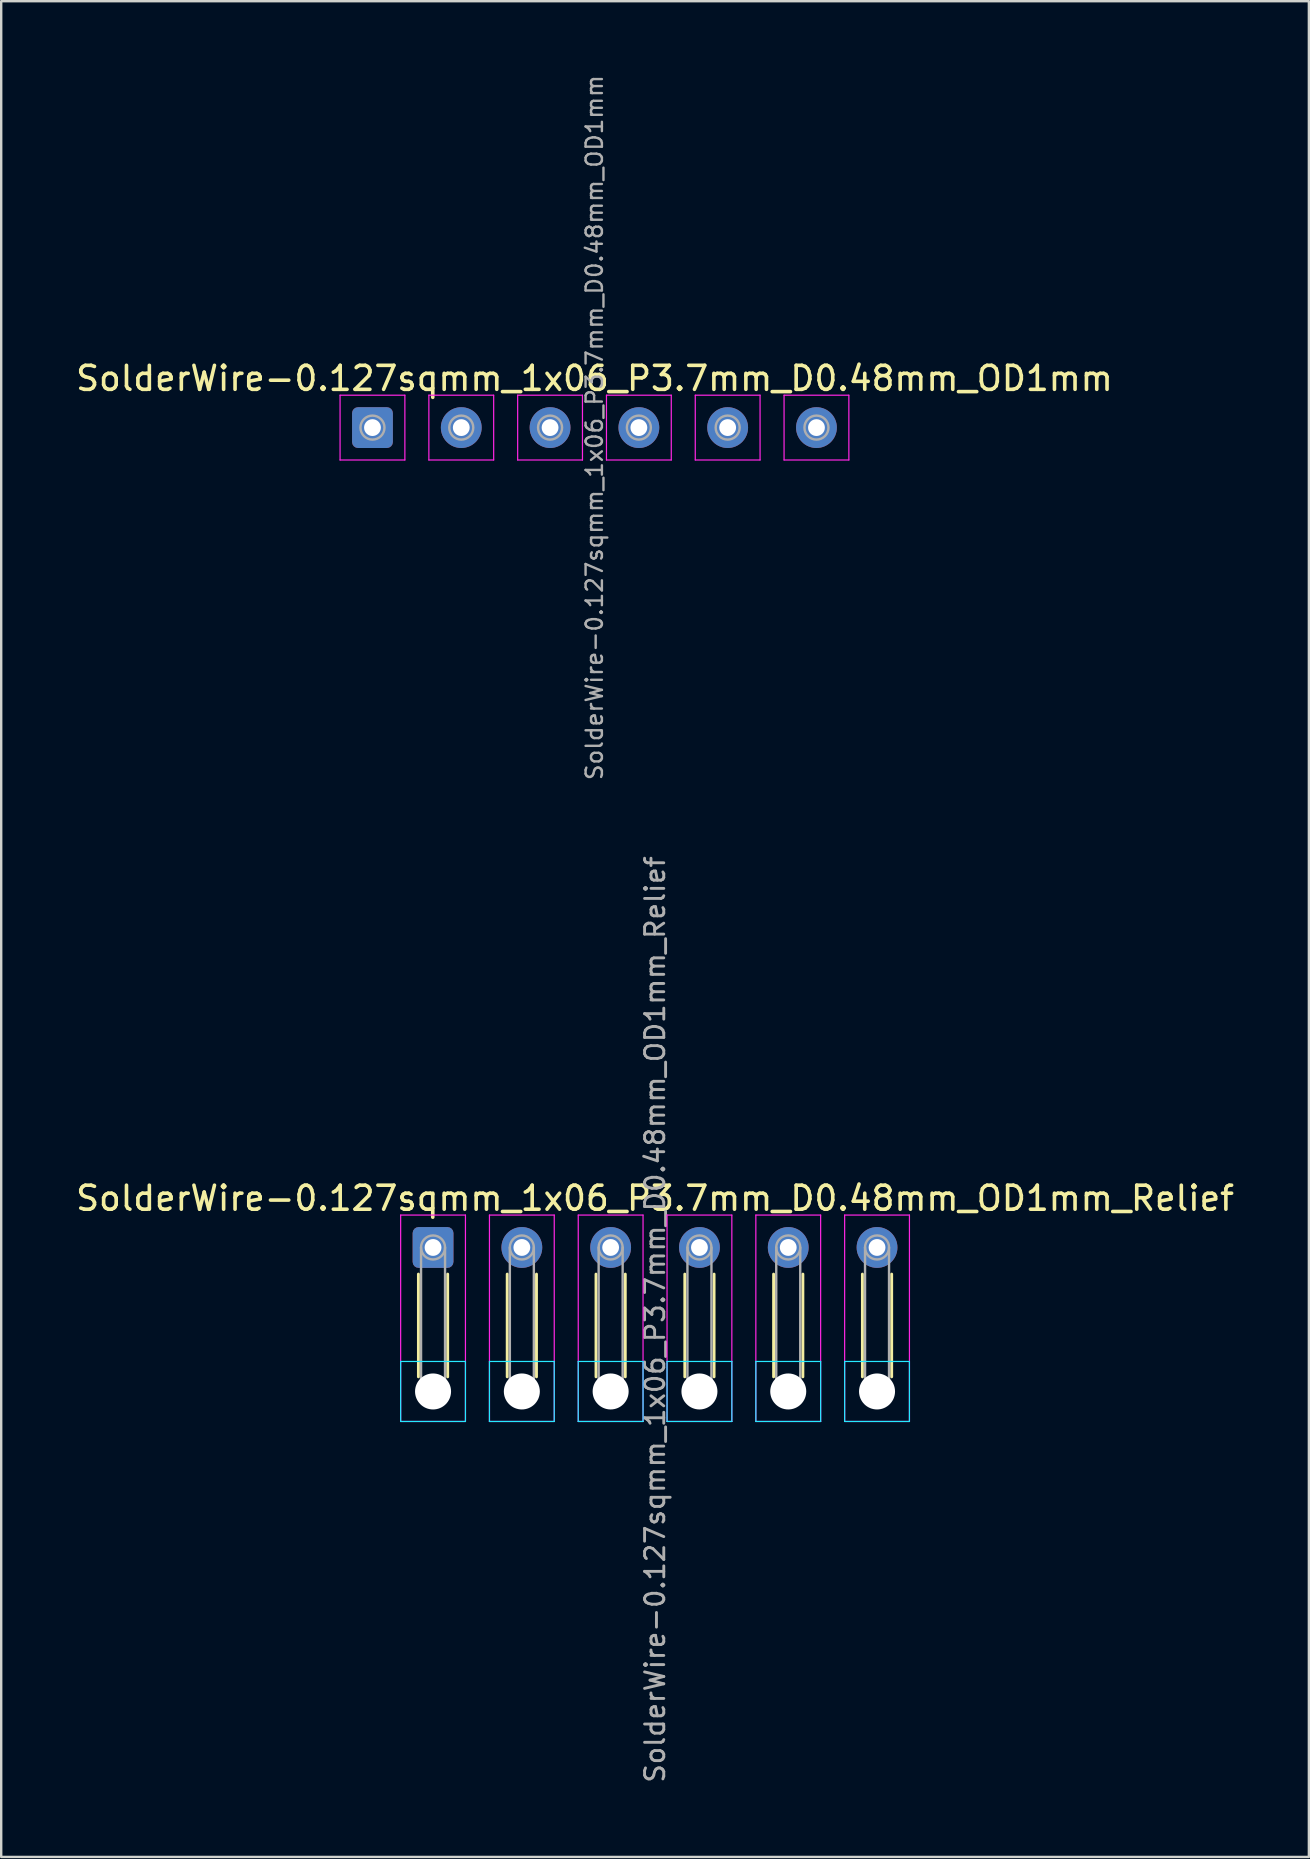
<source format=kicad_pcb>
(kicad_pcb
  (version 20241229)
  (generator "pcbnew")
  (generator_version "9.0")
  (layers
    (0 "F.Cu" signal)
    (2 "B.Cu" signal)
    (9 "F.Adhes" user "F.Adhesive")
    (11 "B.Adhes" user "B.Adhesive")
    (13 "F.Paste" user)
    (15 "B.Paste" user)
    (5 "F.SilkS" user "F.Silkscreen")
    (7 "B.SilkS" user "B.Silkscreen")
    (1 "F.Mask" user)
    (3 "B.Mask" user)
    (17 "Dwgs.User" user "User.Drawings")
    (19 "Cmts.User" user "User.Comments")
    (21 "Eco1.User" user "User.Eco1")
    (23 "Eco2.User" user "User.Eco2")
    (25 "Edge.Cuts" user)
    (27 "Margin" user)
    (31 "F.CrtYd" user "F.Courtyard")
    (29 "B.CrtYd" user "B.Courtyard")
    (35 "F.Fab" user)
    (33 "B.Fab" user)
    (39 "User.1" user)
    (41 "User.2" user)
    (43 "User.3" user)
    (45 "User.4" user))
  (footprint "SolderWire-0.127sqmm_1x06_P3.7mm_D0.48mm_OD1mm"
    (layer "F.Cu")
    (at 12.47 14.767)
    (property "Reference" "SolderWire-0.127sqmm_1x06_P3.7mm_D0.48mm_OD1mm" (at 9.25 -2.05 0) (layer "F.SilkS") (effects (font (size 1 1) (thickness 0.15))))
    (attr exclude_from_pos_files exclude_from_bom)
    (fp_line (start -1.35 -1.35) (end -1.35 1.35) (stroke (width 0.05) (type solid)) (layer "F.CrtYd"))
    (fp_line (start -1.35 1.35) (end 1.35 1.35) (stroke (width 0.05) (type solid)) (layer "F.CrtYd"))
    (fp_line (start 1.35 -1.35) (end -1.35 -1.35) (stroke (width 0.05) (type solid)) (layer "F.CrtYd"))
    (fp_line (start 1.35 1.35) (end 1.35 -1.35) (stroke (width 0.05) (type solid)) (layer "F.CrtYd"))
    (fp_line (start 2.35 -1.35) (end 2.35 1.35) (stroke (width 0.05) (type solid)) (layer "F.CrtYd"))
    (fp_line (start 2.35 1.35) (end 5.05 1.35) (stroke (width 0.05) (type solid)) (layer "F.CrtYd"))
    (fp_line (start 5.05 -1.35) (end 2.35 -1.35) (stroke (width 0.05) (type solid)) (layer "F.CrtYd"))
    (fp_line (start 5.05 1.35) (end 5.05 -1.35) (stroke (width 0.05) (type solid)) (layer "F.CrtYd"))
    (fp_line (start 6.05 -1.35) (end 6.05 1.35) (stroke (width 0.05) (type solid)) (layer "F.CrtYd"))
    (fp_line (start 6.05 1.35) (end 8.75 1.35) (stroke (width 0.05) (type solid)) (layer "F.CrtYd"))
    (fp_line (start 8.75 -1.35) (end 6.05 -1.35) (stroke (width 0.05) (type solid)) (layer "F.CrtYd"))
    (fp_line (start 8.75 1.35) (end 8.75 -1.35) (stroke (width 0.05) (type solid)) (layer "F.CrtYd"))
    (fp_line (start 9.75 -1.35) (end 9.75 1.35) (stroke (width 0.05) (type solid)) (layer "F.CrtYd"))
    (fp_line (start 9.75 1.35) (end 12.45 1.35) (stroke (width 0.05) (type solid)) (layer "F.CrtYd"))
    (fp_line (start 12.45 -1.35) (end 9.75 -1.35) (stroke (width 0.05) (type solid)) (layer "F.CrtYd"))
    (fp_line (start 12.45 1.35) (end 12.45 -1.35) (stroke (width 0.05) (type solid)) (layer "F.CrtYd"))
    (fp_line (start 13.45 -1.35) (end 13.45 1.35) (stroke (width 0.05) (type solid)) (layer "F.CrtYd"))
    (fp_line (start 13.45 1.35) (end 16.15 1.35) (stroke (width 0.05) (type solid)) (layer "F.CrtYd"))
    (fp_line (start 16.15 -1.35) (end 13.45 -1.35) (stroke (width 0.05) (type solid)) (layer "F.CrtYd"))
    (fp_line (start 16.15 1.35) (end 16.15 -1.35) (stroke (width 0.05) (type solid)) (layer "F.CrtYd"))
    (fp_line (start 17.15 -1.35) (end 17.15 1.35) (stroke (width 0.05) (type solid)) (layer "F.CrtYd"))
    (fp_line (start 17.15 1.35) (end 19.85 1.35) (stroke (width 0.05) (type solid)) (layer "F.CrtYd"))
    (fp_line (start 19.85 -1.35) (end 17.15 -1.35) (stroke (width 0.05) (type solid)) (layer "F.CrtYd"))
    (fp_line (start 19.85 1.35) (end 19.85 -1.35) (stroke (width 0.05) (type solid)) (layer "F.CrtYd"))
    (fp_circle (center 0 0) (end 0.5 0) (stroke (width 0.1) (type solid)) (fill no) (layer "F.Fab"))
    (fp_circle (center 3.7 0) (end 4.2 0) (stroke (width 0.1) (type solid)) (fill no) (layer "F.Fab"))
    (fp_circle (center 7.4 0) (end 7.9 0) (stroke (width 0.1) (type solid)) (fill no) (layer "F.Fab"))
    (fp_circle (center 11.1 0) (end 11.6 0) (stroke (width 0.1) (type solid)) (fill no) (layer "F.Fab"))
    (fp_circle (center 14.8 0) (end 15.3 0) (stroke (width 0.1) (type solid)) (fill no) (layer "F.Fab"))
    (fp_circle (center 18.5 0) (end 19 0) (stroke (width 0.1) (type solid)) (fill no) (layer "F.Fab"))
    (fp_text user "${REFERENCE}" (at 9.25 0 90) (layer "F.Fab") (effects (font (size 0.68 0.68) (thickness 0.1))))
    (pad "1" thru_hole roundrect (at 0 0) (size 1.7 1.7) (drill 0.7) (layers "*.Cu" "*.Mask") (roundrect_rratio 0.147))
    (pad "2" thru_hole circle (at 3.7 0) (size 1.7 1.7) (drill 0.7) (layers "*.Cu" "*.Mask"))
    (pad "3" thru_hole circle (at 7.4 0) (size 1.7 1.7) (drill 0.7) (layers "*.Cu" "*.Mask"))
    (pad "4" thru_hole circle (at 11.1 0) (size 1.7 1.7) (drill 0.7) (layers "*.Cu" "*.Mask"))
    (pad "5" thru_hole circle (at 14.8 0) (size 1.7 1.7) (drill 0.7) (layers "*.Cu" "*.Mask"))
    (pad "6" thru_hole circle (at 18.5 0) (size 1.7 1.7) (drill 0.7) (layers "*.Cu" "*.Mask")))
  (footprint "SolderWire-0.127sqmm_1x06_P3.7mm_D0.48mm_OD1mm_Relief"
    (layer "F.Cu")
    (at 14.994 48.929)
    (property "Reference" "SolderWire-0.127sqmm_1x06_P3.7mm_D0.48mm_OD1mm_Relief" (at 9.25 -2.05 0) (layer "F.SilkS") (effects (font (size 1 1) (thickness 0.15))))
    (attr exclude_from_pos_files exclude_from_bom)
    (fp_line (start -0.61 1.11) (end -0.61 5.39) (stroke (width 0.12) (type solid)) (layer "F.SilkS"))
    (fp_line (start 0.61 1.11) (end 0.61 5.39) (stroke (width 0.12) (type solid)) (layer "F.SilkS"))
    (fp_line (start 3.09 1.11) (end 3.09 5.39) (stroke (width 0.12) (type solid)) (layer "F.SilkS"))
    (fp_line (start 4.31 1.11) (end 4.31 5.39) (stroke (width 0.12) (type solid)) (layer "F.SilkS"))
    (fp_line (start 6.79 1.11) (end 6.79 5.39) (stroke (width 0.12) (type solid)) (layer "F.SilkS"))
    (fp_line (start 8.01 1.11) (end 8.01 5.39) (stroke (width 0.12) (type solid)) (layer "F.SilkS"))
    (fp_line (start 10.49 1.11) (end 10.49 5.39) (stroke (width 0.12) (type solid)) (layer "F.SilkS"))
    (fp_line (start 11.71 1.11) (end 11.71 5.39) (stroke (width 0.12) (type solid)) (layer "F.SilkS"))
    (fp_line (start 14.19 1.11) (end 14.19 5.39) (stroke (width 0.12) (type solid)) (layer "F.SilkS"))
    (fp_line (start 15.41 1.11) (end 15.41 5.39) (stroke (width 0.12) (type solid)) (layer "F.SilkS"))
    (fp_line (start 17.89 1.11) (end 17.89 5.39) (stroke (width 0.12) (type solid)) (layer "F.SilkS"))
    (fp_line (start 19.11 1.11) (end 19.11 5.39) (stroke (width 0.12) (type solid)) (layer "F.SilkS"))
    (fp_line (start -1.35 4.75) (end -1.35 7.25) (stroke (width 0.05) (type solid)) (layer "B.CrtYd"))
    (fp_line (start -1.35 7.25) (end 1.35 7.25) (stroke (width 0.05) (type solid)) (layer "B.CrtYd"))
    (fp_line (start 1.35 4.75) (end -1.35 4.75) (stroke (width 0.05) (type solid)) (layer "B.CrtYd"))
    (fp_line (start 1.35 7.25) (end 1.35 4.75) (stroke (width 0.05) (type solid)) (layer "B.CrtYd"))
    (fp_line (start 2.35 4.75) (end 2.35 7.25) (stroke (width 0.05) (type solid)) (layer "B.CrtYd"))
    (fp_line (start 2.35 7.25) (end 5.05 7.25) (stroke (width 0.05) (type solid)) (layer "B.CrtYd"))
    (fp_line (start 5.05 4.75) (end 2.35 4.75) (stroke (width 0.05) (type solid)) (layer "B.CrtYd"))
    (fp_line (start 5.05 7.25) (end 5.05 4.75) (stroke (width 0.05) (type solid)) (layer "B.CrtYd"))
    (fp_line (start 6.05 4.75) (end 6.05 7.25) (stroke (width 0.05) (type solid)) (layer "B.CrtYd"))
    (fp_line (start 6.05 7.25) (end 8.75 7.25) (stroke (width 0.05) (type solid)) (layer "B.CrtYd"))
    (fp_line (start 8.75 4.75) (end 6.05 4.75) (stroke (width 0.05) (type solid)) (layer "B.CrtYd"))
    (fp_line (start 8.75 7.25) (end 8.75 4.75) (stroke (width 0.05) (type solid)) (layer "B.CrtYd"))
    (fp_line (start 9.75 4.75) (end 9.75 7.25) (stroke (width 0.05) (type solid)) (layer "B.CrtYd"))
    (fp_line (start 9.75 7.25) (end 12.45 7.25) (stroke (width 0.05) (type solid)) (layer "B.CrtYd"))
    (fp_line (start 12.45 4.75) (end 9.75 4.75) (stroke (width 0.05) (type solid)) (layer "B.CrtYd"))
    (fp_line (start 12.45 7.25) (end 12.45 4.75) (stroke (width 0.05) (type solid)) (layer "B.CrtYd"))
    (fp_line (start 13.45 4.75) (end 13.45 7.25) (stroke (width 0.05) (type solid)) (layer "B.CrtYd"))
    (fp_line (start 13.45 7.25) (end 16.15 7.25) (stroke (width 0.05) (type solid)) (layer "B.CrtYd"))
    (fp_line (start 16.15 4.75) (end 13.45 4.75) (stroke (width 0.05) (type solid)) (layer "B.CrtYd"))
    (fp_line (start 16.15 7.25) (end 16.15 4.75) (stroke (width 0.05) (type solid)) (layer "B.CrtYd"))
    (fp_line (start 17.15 4.75) (end 17.15 7.25) (stroke (width 0.05) (type solid)) (layer "B.CrtYd"))
    (fp_line (start 17.15 7.25) (end 19.85 7.25) (stroke (width 0.05) (type solid)) (layer "B.CrtYd"))
    (fp_line (start 19.85 4.75) (end 17.15 4.75) (stroke (width 0.05) (type solid)) (layer "B.CrtYd"))
    (fp_line (start 19.85 7.25) (end 19.85 4.75) (stroke (width 0.05) (type solid)) (layer "B.CrtYd"))
    (fp_line (start -1.35 -1.35) (end -1.35 7.25) (stroke (width 0.05) (type solid)) (layer "F.CrtYd"))
    (fp_line (start -1.35 7.25) (end 1.35 7.25) (stroke (width 0.05) (type solid)) (layer "F.CrtYd"))
    (fp_line (start 1.35 -1.35) (end -1.35 -1.35) (stroke (width 0.05) (type solid)) (layer "F.CrtYd"))
    (fp_line (start 1.35 7.25) (end 1.35 -1.35) (stroke (width 0.05) (type solid)) (layer "F.CrtYd"))
    (fp_line (start 2.35 -1.35) (end 2.35 7.25) (stroke (width 0.05) (type solid)) (layer "F.CrtYd"))
    (fp_line (start 2.35 7.25) (end 5.05 7.25) (stroke (width 0.05) (type solid)) (layer "F.CrtYd"))
    (fp_line (start 5.05 -1.35) (end 2.35 -1.35) (stroke (width 0.05) (type solid)) (layer "F.CrtYd"))
    (fp_line (start 5.05 7.25) (end 5.05 -1.35) (stroke (width 0.05) (type solid)) (layer "F.CrtYd"))
    (fp_line (start 6.05 -1.35) (end 6.05 7.25) (stroke (width 0.05) (type solid)) (layer "F.CrtYd"))
    (fp_line (start 6.05 7.25) (end 8.75 7.25) (stroke (width 0.05) (type solid)) (layer "F.CrtYd"))
    (fp_line (start 8.75 -1.35) (end 6.05 -1.35) (stroke (width 0.05) (type solid)) (layer "F.CrtYd"))
    (fp_line (start 8.75 7.25) (end 8.75 -1.35) (stroke (width 0.05) (type solid)) (layer "F.CrtYd"))
    (fp_line (start 9.75 -1.35) (end 9.75 7.25) (stroke (width 0.05) (type solid)) (layer "F.CrtYd"))
    (fp_line (start 9.75 7.25) (end 12.45 7.25) (stroke (width 0.05) (type solid)) (layer "F.CrtYd"))
    (fp_line (start 12.45 -1.35) (end 9.75 -1.35) (stroke (width 0.05) (type solid)) (layer "F.CrtYd"))
    (fp_line (start 12.45 7.25) (end 12.45 -1.35) (stroke (width 0.05) (type solid)) (layer "F.CrtYd"))
    (fp_line (start 13.45 -1.35) (end 13.45 7.25) (stroke (width 0.05) (type solid)) (layer "F.CrtYd"))
    (fp_line (start 13.45 7.25) (end 16.15 7.25) (stroke (width 0.05) (type solid)) (layer "F.CrtYd"))
    (fp_line (start 16.15 -1.35) (end 13.45 -1.35) (stroke (width 0.05) (type solid)) (layer "F.CrtYd"))
    (fp_line (start 16.15 7.25) (end 16.15 -1.35) (stroke (width 0.05) (type solid)) (layer "F.CrtYd"))
    (fp_line (start 17.15 -1.35) (end 17.15 7.25) (stroke (width 0.05) (type solid)) (layer "F.CrtYd"))
    (fp_line (start 17.15 7.25) (end 19.85 7.25) (stroke (width 0.05) (type solid)) (layer "F.CrtYd"))
    (fp_line (start 19.85 -1.35) (end 17.15 -1.35) (stroke (width 0.05) (type solid)) (layer "F.CrtYd"))
    (fp_line (start 19.85 7.25) (end 19.85 -1.35) (stroke (width 0.05) (type solid)) (layer "F.CrtYd"))
    (fp_line (start -0.5 0) (end -0.5 6) (stroke (width 0.1) (type solid)) (layer "F.Fab"))
    (fp_line (start 0.5 0) (end 0.5 6) (stroke (width 0.1) (type solid)) (layer "F.Fab"))
    (fp_line (start 3.2 0) (end 3.2 6) (stroke (width 0.1) (type solid)) (layer "F.Fab"))
    (fp_line (start 4.2 0) (end 4.2 6) (stroke (width 0.1) (type solid)) (layer "F.Fab"))
    (fp_line (start 6.9 0) (end 6.9 6) (stroke (width 0.1) (type solid)) (layer "F.Fab"))
    (fp_line (start 7.9 0) (end 7.9 6) (stroke (width 0.1) (type solid)) (layer "F.Fab"))
    (fp_line (start 10.6 0) (end 10.6 6) (stroke (width 0.1) (type solid)) (layer "F.Fab"))
    (fp_line (start 11.6 0) (end 11.6 6) (stroke (width 0.1) (type solid)) (layer "F.Fab"))
    (fp_line (start 14.3 0) (end 14.3 6) (stroke (width 0.1) (type solid)) (layer "F.Fab"))
    (fp_line (start 15.3 0) (end 15.3 6) (stroke (width 0.1) (type solid)) (layer "F.Fab"))
    (fp_line (start 18 0) (end 18 6) (stroke (width 0.1) (type solid)) (layer "F.Fab"))
    (fp_line (start 19 0) (end 19 6) (stroke (width 0.1) (type solid)) (layer "F.Fab"))
    (fp_circle (center 0 0) (end 0.5 0) (stroke (width 0.1) (type solid)) (fill no) (layer "F.Fab"))
    (fp_circle (center 0 6) (end 0.5 6) (stroke (width 0.1) (type solid)) (fill no) (layer "F.Fab"))
    (fp_circle (center 3.7 0) (end 4.2 0) (stroke (width 0.1) (type solid)) (fill no) (layer "F.Fab"))
    (fp_circle (center 3.7 6) (end 4.2 6) (stroke (width 0.1) (type solid)) (fill no) (layer "F.Fab"))
    (fp_circle (center 7.4 0) (end 7.9 0) (stroke (width 0.1) (type solid)) (fill no) (layer "F.Fab"))
    (fp_circle (center 7.4 6) (end 7.9 6) (stroke (width 0.1) (type solid)) (fill no) (layer "F.Fab"))
    (fp_circle (center 11.1 0) (end 11.6 0) (stroke (width 0.1) (type solid)) (fill no) (layer "F.Fab"))
    (fp_circle (center 11.1 6) (end 11.6 6) (stroke (width 0.1) (type solid)) (fill no) (layer "F.Fab"))
    (fp_circle (center 14.8 0) (end 15.3 0) (stroke (width 0.1) (type solid)) (fill no) (layer "F.Fab"))
    (fp_circle (center 14.8 6) (end 15.3 6) (stroke (width 0.1) (type solid)) (fill no) (layer "F.Fab"))
    (fp_circle (center 18.5 0) (end 19 0) (stroke (width 0.1) (type solid)) (fill no) (layer "F.Fab"))
    (fp_circle (center 18.5 6) (end 19 6) (stroke (width 0.1) (type solid)) (fill no) (layer "F.Fab"))
    (fp_text user "${REFERENCE}" (at 9.25 3 90) (layer "F.Fab") (effects (font (size 0.8 0.8) (thickness 0.12))))
    (pad "" np_thru_hole circle (at 0 6) (size 1.5 1.5) (drill 1.5) (layers "*.Cu" "*.Mask"))
    (pad "" np_thru_hole circle (at 3.7 6) (size 1.5 1.5) (drill 1.5) (layers "*.Cu" "*.Mask"))
    (pad "" np_thru_hole circle (at 7.4 6) (size 1.5 1.5) (drill 1.5) (layers "*.Cu" "*.Mask"))
    (pad "" np_thru_hole circle (at 11.1 6) (size 1.5 1.5) (drill 1.5) (layers "*.Cu" "*.Mask"))
    (pad "" np_thru_hole circle (at 14.8 6) (size 1.5 1.5) (drill 1.5) (layers "*.Cu" "*.Mask"))
    (pad "" np_thru_hole circle (at 18.5 6) (size 1.5 1.5) (drill 1.5) (layers "*.Cu" "*.Mask"))
    (pad "1" thru_hole roundrect (at 0 0) (size 1.7 1.7) (drill 0.7) (layers "*.Cu" "*.Mask") (roundrect_rratio 0.147))
    (pad "2" thru_hole circle (at 3.7 0) (size 1.7 1.7) (drill 0.7) (layers "*.Cu" "*.Mask"))
    (pad "3" thru_hole circle (at 7.4 0) (size 1.7 1.7) (drill 0.7) (layers "*.Cu" "*.Mask"))
    (pad "4" thru_hole circle (at 11.1 0) (size 1.7 1.7) (drill 0.7) (layers "*.Cu" "*.Mask"))
    (pad "5" thru_hole circle (at 14.8 0) (size 1.7 1.7) (drill 0.7) (layers "*.Cu" "*.Mask"))
    (pad "6" thru_hole circle (at 18.5 0) (size 1.7 1.7) (drill 0.7) (layers "*.Cu" "*.Mask")))
  (gr_rect
    (start -3 -3)
    (end 51.488 74.324)
    (stroke (width 0.1) (type default))
    (fill no)
    (layer "Edge.Cuts")))
</source>
